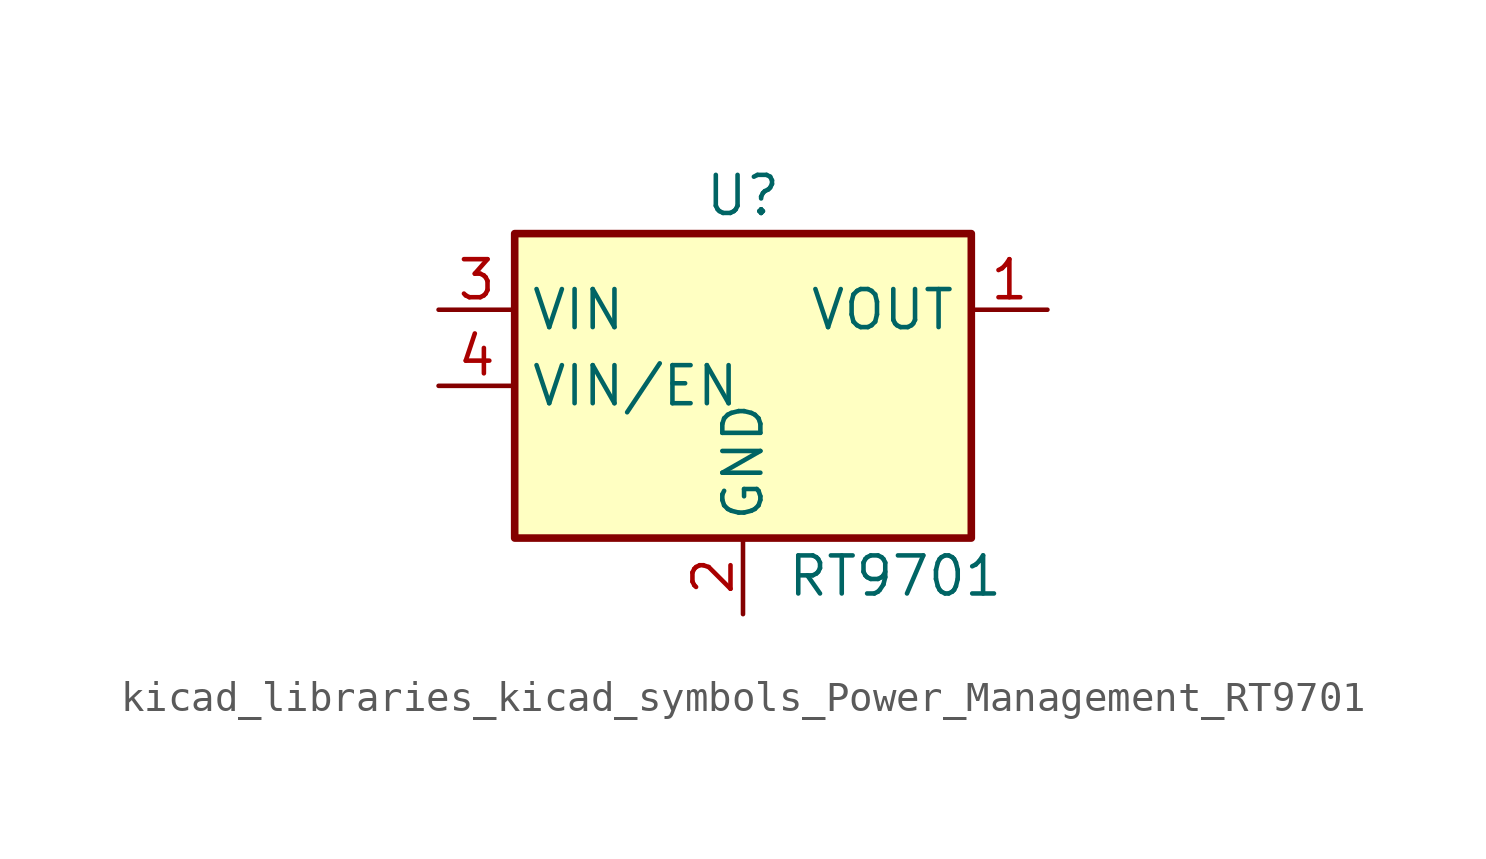
<source format=kicad_sym>
(kicad_symbol_lib
  (version 20220914)
  (generator kicad_symbol_editor)
  (symbol "kicad_libraries_kicad_symbols_Power_Management_RT9701"
    (property "Reference" "U"
      (at 0 6.35 0)
      (effects (font (size 1.27 1.27))))
    (property "Value" "RT9701"
      (at 5.08 -6.35 0)
      (effects (font (size 1.27 1.27))))
    (symbol "kicad_libraries_kicad_symbols_Power_Management_RT9701_0_1"
      (rectangle (start -7.62 5.08) (end 7.62 -5.08) (stroke (width 0.254) (type default)) (fill (type background))))
    (symbol "kicad_libraries_kicad_symbols_Power_Management_RT9701_1_1"
      (pin power_out line (at 10.16 2.54 180) (length 2.54) (name "VOUT" (effects (font (size 1.27 1.27)))) (number "1" (effects (font (size 1.27 1.27)))))
      (pin power_in line (at 0 -7.62 90) (length 2.54) (name "GND" (effects (font (size 1.27 1.27)))) (number "2" (effects (font (size 1.27 1.27)))))
      (pin power_in line (at -10.16 2.54 0) (length 2.54) (name "VIN" (effects (font (size 1.27 1.27)))) (number "3" (effects (font (size 1.27 1.27)))))
      (pin input line (at -10.16 0 0) (length 2.54) (name "VIN/EN" (effects (font (size 1.27 1.27)))) (number "4" (effects (font (size 1.27 1.27)))))
      (pin passive line (at 10.16 2.54 180) (length 2.54) hide (name "VOUT" (effects (font (size 1.27 1.27)))) (number "5" (effects (font (size 1.27 1.27))))))))
</source>
